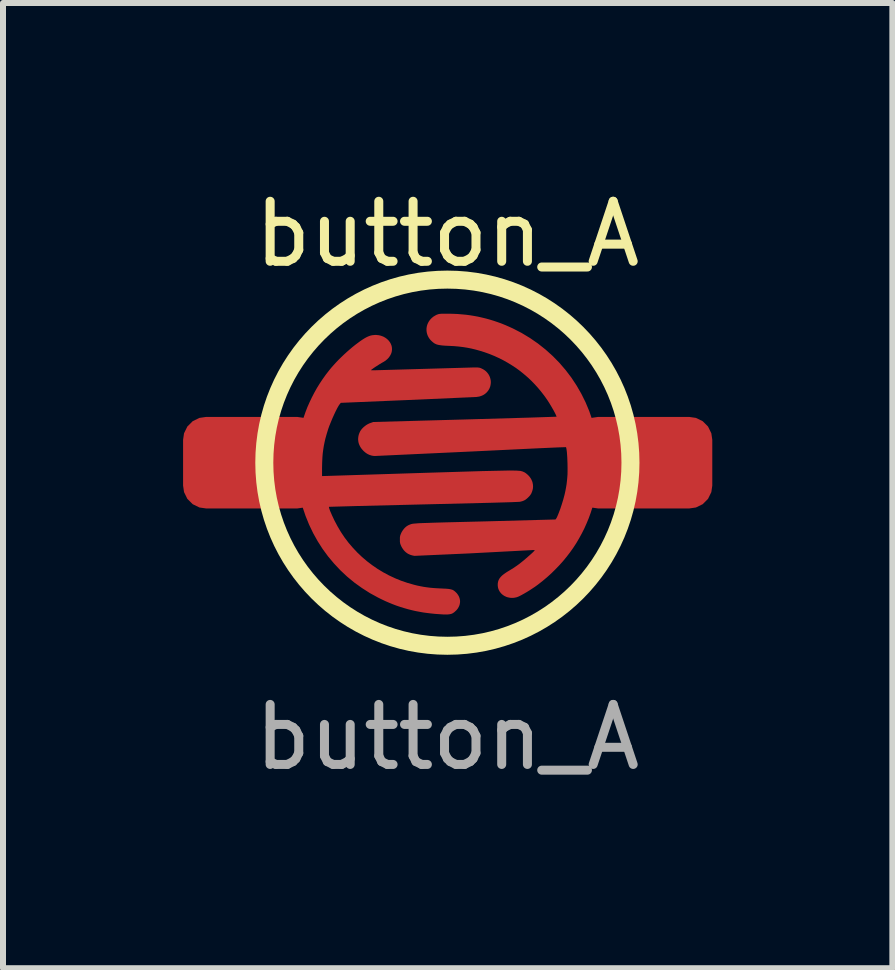
<source format=kicad_pcb>
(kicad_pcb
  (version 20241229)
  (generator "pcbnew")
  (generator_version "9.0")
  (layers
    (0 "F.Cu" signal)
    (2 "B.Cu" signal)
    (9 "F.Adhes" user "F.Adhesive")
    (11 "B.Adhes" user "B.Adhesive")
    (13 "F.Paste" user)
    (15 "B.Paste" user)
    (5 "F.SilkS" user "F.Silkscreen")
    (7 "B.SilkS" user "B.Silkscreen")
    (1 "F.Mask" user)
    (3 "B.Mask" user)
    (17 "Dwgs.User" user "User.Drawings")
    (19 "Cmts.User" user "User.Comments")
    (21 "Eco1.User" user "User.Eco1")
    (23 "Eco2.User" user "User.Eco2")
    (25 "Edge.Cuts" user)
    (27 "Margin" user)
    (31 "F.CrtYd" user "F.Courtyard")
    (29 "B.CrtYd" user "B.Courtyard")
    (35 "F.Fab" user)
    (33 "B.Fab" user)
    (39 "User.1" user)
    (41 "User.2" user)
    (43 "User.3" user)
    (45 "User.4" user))
  (footprint "button_A"
    (layer "F.Cu")
    (at 4.403 4.658)
    (property "Reference" "button_A" (at 0 -3.81 0) (unlocked yes) (layer "F.SilkS") (effects (font (size 1 1) (thickness 0.15))))
    (attr smd)
    (fp_poly (pts (xy -2.517 -0.05) (xy -2.515 -0.119) (xy -2.512 -0.18) (xy -2.508 -0.228) (xy -2.496 -0.32) (xy -2.481 -0.41) (xy -2.464 -0.499) (xy -2.443 -0.587) (xy -2.42 -0.674) (xy -2.393 -0.759) (xy -2.364 -0.843) (xy -2.332 -0.926) (xy -2.296 -1.007) (xy -2.258 -1.087) (xy -2.217 -1.166) (xy -2.174 -1.243) (xy -2.127 -1.319) (xy -2.077 -1.394) (xy -2.025 -1.467) (xy -1.969 -1.539) (xy -1.934 -1.582) (xy -1.895 -1.626) (xy -1.854 -1.671) (xy -1.811 -1.716) (xy -1.766 -1.76) (xy -1.72 -1.804) (xy -1.674 -1.846) (xy -1.627 -1.887) (xy -1.581 -1.926) (xy -1.535 -1.963) (xy -1.491 -1.996) (xy -1.449 -2.027) (xy -1.409 -2.054) (xy -1.372 -2.077) (xy -1.338 -2.095) (xy -1.308 -2.108) (xy -1.288 -2.115) (xy -1.269 -2.12) (xy -1.249 -2.124) (xy -1.228 -2.126) (xy -1.208 -2.128) (xy -1.187 -2.128) (xy -1.167 -2.126) (xy -1.147 -2.124) (xy -1.127 -2.12) (xy -1.107 -2.115) (xy -1.088 -2.108) (xy -1.069 -2.101) (xy -1.052 -2.092) (xy -1.035 -2.082) (xy -1.019 -2.071) (xy -1.004 -2.059) (xy -0.992 -2.048) (xy -0.981 -2.037) (xy -0.971 -2.025) (xy -0.962 -2.013) (xy -0.954 -2.001) (xy -0.947 -1.989) (xy -0.941 -1.976) (xy -0.936 -1.964) (xy -0.931 -1.951) (xy -0.928 -1.938) (xy -0.925 -1.924) (xy -0.924 -1.911) (xy -0.923 -1.898) (xy -0.923 -1.885) (xy -0.924 -1.872) (xy -0.926 -1.858) (xy -0.928 -1.845) (xy -0.932 -1.832) (xy -0.936 -1.819) (xy -0.942 -1.807) (xy -0.948 -1.794) (xy -0.955 -1.782) (xy -0.963 -1.77) (xy -0.971 -1.758) (xy -0.981 -1.746) (xy -0.991 -1.735) (xy -1.002 -1.724) (xy -1.014 -1.714) (xy -1.027 -1.704) (xy -1.04 -1.694) (xy -1.054 -1.685) (xy -1.069 -1.676) (xy -1.096 -1.661) (xy -1.128 -1.642) (xy -1.161 -1.62) (xy -1.195 -1.599) (xy -1.225 -1.579) (xy -1.25 -1.561) (xy -1.266 -1.549) (xy -1.271 -1.545) (xy -1.273 -1.542) (xy -1.272 -1.542) (xy -1.272 -1.542) (xy -1.272 -1.542) (xy -1.271 -1.541) (xy -1.269 -1.541) (xy -1.267 -1.541) (xy -1.264 -1.54) (xy -1.26 -1.54) (xy -1.256 -1.54) (xy -1.251 -1.54) (xy -1.24 -1.54) (xy -1.227 -1.54) (xy -1.213 -1.54) (xy -1.198 -1.54) (xy 0.422 -1.586) (xy 0.456 -1.586) (xy 0.483 -1.586) (xy 0.505 -1.586) (xy 0.513 -1.585) (xy 0.521 -1.584) (xy 0.529 -1.583) (xy 0.536 -1.582) (xy 0.542 -1.58) (xy 0.548 -1.578) (xy 0.555 -1.576) (xy 0.561 -1.573) (xy 0.576 -1.566) (xy 0.59 -1.559) (xy 0.604 -1.551) (xy 0.618 -1.542) (xy 0.63 -1.533) (xy 0.642 -1.523) (xy 0.653 -1.512) (xy 0.663 -1.501) (xy 0.672 -1.49) (xy 0.681 -1.478) (xy 0.689 -1.465) (xy 0.696 -1.453) (xy 0.702 -1.44) (xy 0.708 -1.426) (xy 0.712 -1.413) (xy 0.716 -1.399) (xy 0.719 -1.385) (xy 0.722 -1.371) (xy 0.723 -1.357) (xy 0.724 -1.342) (xy 0.723 -1.328) (xy 0.722 -1.314) (xy 0.72 -1.3) (xy 0.717 -1.285) (xy 0.714 -1.271) (xy 0.709 -1.258) (xy 0.704 -1.244) (xy 0.697 -1.23) (xy 0.69 -1.217) (xy 0.682 -1.204) (xy 0.673 -1.192) (xy 0.663 -1.18) (xy 0.652 -1.168) (xy 0.643 -1.16) (xy 0.634 -1.152) (xy 0.625 -1.145) (xy 0.615 -1.138) (xy 0.605 -1.132) (xy 0.595 -1.126) (xy 0.584 -1.121) (xy 0.573 -1.116) (xy 0.562 -1.112) (xy 0.55 -1.108) (xy 0.538 -1.104) (xy 0.525 -1.101) (xy 0.512 -1.099) (xy 0.499 -1.097) (xy 0.486 -1.095) (xy 0.472 -1.094) (xy -0.683 -1.043) (xy -1.776 -0.997) (xy -1.795 -0.973) (xy -1.803 -0.962) (xy -1.813 -0.947) (xy -1.824 -0.928) (xy -1.836 -0.906) (xy -1.862 -0.855) (xy -1.889 -0.797) (xy -1.917 -0.735) (xy -1.943 -0.672) (xy -1.967 -0.613) (xy -1.977 -0.585) (xy -1.986 -0.559) (xy -2.011 -0.478) (xy -2.033 -0.399) (xy -2.042 -0.36) (xy -2.05 -0.322) (xy -2.058 -0.283) (xy -2.064 -0.245) (xy -2.07 -0.206) (xy -2.075 -0.167) (xy -2.079 -0.128) (xy -2.082 -0.087) (xy -2.086 -0.005) (xy -2.088 0.082) (xy -2.088 0.223) (xy -1.956 0.219) (xy -0.341 0.168) (xy 0.577 0.14) (xy 1.04 0.13) (xy 1.154 0.132) (xy 1.219 0.137) (xy 1.254 0.147) (xy 1.283 0.16) (xy 1.287 0.162) (xy 1.291 0.165) (xy 1.295 0.167) (xy 1.299 0.17) (xy 1.304 0.173) (xy 1.309 0.177) (xy 1.314 0.181) (xy 1.319 0.185) (xy 1.324 0.189) (xy 1.329 0.193) (xy 1.334 0.198) (xy 1.339 0.202) (xy 1.344 0.207) (xy 1.348 0.211) (xy 1.353 0.216) (xy 1.357 0.22) (xy 1.368 0.233) (xy 1.378 0.246) (xy 1.387 0.26) (xy 1.396 0.274) (xy 1.403 0.289) (xy 1.409 0.303) (xy 1.415 0.318) (xy 1.419 0.333) (xy 1.422 0.349) (xy 1.425 0.364) (xy 1.426 0.38) (xy 1.427 0.395) (xy 1.426 0.411) (xy 1.425 0.426) (xy 1.422 0.442) (xy 1.418 0.457) (xy 1.418 0.457) (xy 1.415 0.468) (xy 1.412 0.477) (xy 1.409 0.486) (xy 1.405 0.495) (xy 1.402 0.504) (xy 1.398 0.512) (xy 1.394 0.52) (xy 1.389 0.527) (xy 1.384 0.535) (xy 1.379 0.542) (xy 1.373 0.549) (xy 1.367 0.557) (xy 1.36 0.564) (xy 1.353 0.571) (xy 1.345 0.579) (xy 1.337 0.587) (xy 1.329 0.594) (xy 1.322 0.6) (xy 1.314 0.606) (xy 1.307 0.612) (xy 1.3 0.617) (xy 1.292 0.621) (xy 1.284 0.626) (xy 1.277 0.63) (xy 1.268 0.633) (xy 1.26 0.637) (xy 1.251 0.64) (xy 1.242 0.643) (xy 1.233 0.645) (xy 1.222 0.648) (xy 1.212 0.65) (xy 1.2 0.652) (xy 1.06 0.658) (xy 0.711 0.668) (xy -0.405 0.695) (xy -1.51 0.722) (xy -1.972 0.735) (xy -1.973 0.736) (xy -1.973 0.738) (xy -1.973 0.74) (xy -1.973 0.742) (xy -1.972 0.749) (xy -1.97 0.757) (xy -1.967 0.766) (xy -1.963 0.778) (xy -1.959 0.79) (xy -1.953 0.805) (xy -1.947 0.82) (xy -1.939 0.837) (xy -1.923 0.875) (xy -1.903 0.917) (xy -1.882 0.962) (xy -1.83 1.06) (xy -1.774 1.155) (xy -1.713 1.246) (xy -1.647 1.333) (xy -1.576 1.416) (xy -1.502 1.495) (xy -1.423 1.57) (xy -1.34 1.641) (xy -1.253 1.707) (xy -1.163 1.769) (xy -1.069 1.826) (xy -0.972 1.878) (xy -0.872 1.925) (xy -0.769 1.967) (xy -0.663 2.003) (xy -0.554 2.034) (xy -0.502 2.047) (xy -0.449 2.058) (xy -0.396 2.068) (xy -0.342 2.076) (xy -0.287 2.083) (xy -0.23 2.088) (xy -0.172 2.092) (xy -0.111 2.095) (xy -0.049 2.098) (xy -0.024 2.099) (xy -0.001 2.101) (xy 0.02 2.103) (xy 0.038 2.106) (xy 0.055 2.109) (xy 0.069 2.113) (xy 0.082 2.117) (xy 0.094 2.122) (xy 0.105 2.129) (xy 0.115 2.136) (xy 0.125 2.144) (xy 0.135 2.153) (xy 0.145 2.163) (xy 0.156 2.174) (xy 0.163 2.183) (xy 0.169 2.191) (xy 0.175 2.2) (xy 0.181 2.209) (xy 0.186 2.218) (xy 0.191 2.227) (xy 0.195 2.236) (xy 0.198 2.245) (xy 0.202 2.254) (xy 0.204 2.264) (xy 0.207 2.273) (xy 0.208 2.283) (xy 0.21 2.292) (xy 0.211 2.301) (xy 0.211 2.311) (xy 0.211 2.32) (xy 0.21 2.33) (xy 0.209 2.339) (xy 0.207 2.349) (xy 0.205 2.358) (xy 0.203 2.368) (xy 0.2 2.377) (xy 0.196 2.386) (xy 0.192 2.395) (xy 0.188 2.404) (xy 0.183 2.413) (xy 0.178 2.422) (xy 0.172 2.431) (xy 0.166 2.439) (xy 0.159 2.448) (xy 0.152 2.456) (xy 0.144 2.464) (xy 0.132 2.475) (xy 0.121 2.485) (xy 0.115 2.49) (xy 0.11 2.494) (xy 0.104 2.498) (xy 0.099 2.502) (xy 0.093 2.505) (xy 0.088 2.509) (xy 0.082 2.511) (xy 0.076 2.514) (xy 0.07 2.517) (xy 0.063 2.519) (xy 0.056 2.521) (xy 0.049 2.522) (xy 0.042 2.524) (xy 0.034 2.525) (xy 0.026 2.526) (xy 0.018 2.527) (xy 0.009 2.528) (xy -0.001 2.528) (xy -0.021 2.529) (xy -0.044 2.528) (xy -0.069 2.528) (xy -0.098 2.526) (xy -0.129 2.524) (xy -0.2 2.519) (xy -0.269 2.512) (xy -0.336 2.504) (xy -0.403 2.495) (xy -0.469 2.483) (xy -0.533 2.471) (xy -0.597 2.456) (xy -0.66 2.44) (xy -0.722 2.422) (xy -0.784 2.403) (xy -0.846 2.382) (xy -0.907 2.359) (xy -0.968 2.334) (xy -1.029 2.308) (xy -1.09 2.279) (xy -1.151 2.249) (xy -1.29 2.173) (xy -1.423 2.088) (xy -1.55 1.997) (xy -1.67 1.898) (xy -1.783 1.792) (xy -1.888 1.68) (xy -1.987 1.562) (xy -2.078 1.438) (xy -2.161 1.308) (xy -2.236 1.174) (xy -2.303 1.034) (xy -2.362 0.889) (xy -2.412 0.741) (xy -2.453 0.588) (xy -2.485 0.432) (xy -2.508 0.272) (xy -2.512 0.224) (xy -2.515 0.164) (xy -2.517 0.095) (xy -2.517 0.022)) (stroke (width 0.0001) (type solid)) (fill yes) (layer "F.Cu"))
    (fp_poly (pts (xy -1.486 -0.409) (xy -1.485 -0.419) (xy -1.484 -0.43) (xy -1.482 -0.441) (xy -1.48 -0.452) (xy -1.477 -0.463) (xy -1.474 -0.473) (xy -1.47 -0.484) (xy -1.466 -0.495) (xy -1.461 -0.506) (xy -1.456 -0.516) (xy -1.451 -0.527) (xy -1.444 -0.537) (xy -1.436 -0.548) (xy -1.428 -0.559) (xy -1.419 -0.569) (xy -1.409 -0.579) (xy -1.399 -0.589) (xy -1.388 -0.599) (xy -1.376 -0.608) (xy -1.365 -0.617) (xy -1.353 -0.626) (xy -1.341 -0.633) (xy -1.328 -0.641) (xy -1.316 -0.647) (xy -1.304 -0.653) (xy -1.291 -0.658) (xy -1.236 -0.678) (xy 0.289 -0.72) (xy 1.367 -0.751) (xy 1.818 -0.766) (xy 1.818 -0.767) (xy 1.818 -0.769) (xy 1.816 -0.775) (xy 1.812 -0.785) (xy 1.807 -0.797) (xy 1.792 -0.828) (xy 1.772 -0.866) (xy 1.748 -0.908) (xy 1.723 -0.951) (xy 1.698 -0.992) (xy 1.674 -1.03) (xy 1.625 -1.101) (xy 1.573 -1.169) (xy 1.519 -1.235) (xy 1.462 -1.299) (xy 1.403 -1.36) (xy 1.342 -1.418) (xy 1.278 -1.473) (xy 1.213 -1.526) (xy 1.145 -1.576) (xy 1.075 -1.622) (xy 1.003 -1.666) (xy 0.93 -1.707) (xy 0.854 -1.745) (xy 0.777 -1.78) (xy 0.698 -1.812) (xy 0.617 -1.841) (xy 0.543 -1.864) (xy 0.472 -1.884) (xy 0.402 -1.901) (xy 0.332 -1.915) (xy 0.262 -1.926) (xy 0.189 -1.935) (xy 0.112 -1.942) (xy 0.031 -1.946) (xy -0.034 -1.949) (xy -0.062 -1.951) (xy -0.086 -1.953) (xy -0.109 -1.956) (xy -0.129 -1.959) (xy -0.147 -1.962) (xy -0.163 -1.966) (xy -0.178 -1.97) (xy -0.192 -1.976) (xy -0.204 -1.982) (xy -0.216 -1.988) (xy -0.228 -1.996) (xy -0.239 -2.005) (xy -0.251 -2.015) (xy -0.263 -2.026) (xy -0.273 -2.036) (xy -0.283 -2.046) (xy -0.292 -2.057) (xy -0.3 -2.068) (xy -0.308 -2.08) (xy -0.315 -2.091) (xy -0.321 -2.103) (xy -0.327 -2.115) (xy -0.332 -2.128) (xy -0.336 -2.14) (xy -0.34 -2.153) (xy -0.343 -2.165) (xy -0.345 -2.178) (xy -0.347 -2.191) (xy -0.348 -2.204) (xy -0.348 -2.217) (xy -0.348 -2.23) (xy -0.347 -2.243) (xy -0.345 -2.256) (xy -0.343 -2.268) (xy -0.34 -2.281) (xy -0.336 -2.294) (xy -0.332 -2.306) (xy -0.327 -2.318) (xy -0.321 -2.33) (xy -0.315 -2.342) (xy -0.308 -2.354) (xy -0.3 -2.365) (xy -0.292 -2.377) (xy -0.283 -2.387) (xy -0.273 -2.398) (xy -0.263 -2.408) (xy -0.259 -2.412) (xy -0.254 -2.416) (xy -0.249 -2.42) (xy -0.244 -2.424) (xy -0.238 -2.429) (xy -0.233 -2.433) (xy -0.227 -2.437) (xy -0.221 -2.44) (xy -0.215 -2.444) (xy -0.209 -2.448) (xy -0.204 -2.451) (xy -0.198 -2.454) (xy -0.192 -2.457) (xy -0.187 -2.46) (xy -0.182 -2.463) (xy -0.177 -2.465) (xy -0.169 -2.468) (xy -0.162 -2.47) (xy -0.155 -2.473) (xy -0.147 -2.475) (xy -0.14 -2.477) (xy -0.132 -2.478) (xy -0.124 -2.479) (xy -0.114 -2.48) (xy -0.103 -2.481) (xy -0.09 -2.481) (xy -0.076 -2.482) (xy -0.06 -2.482) (xy -0.041 -2.482) (xy -0.02 -2.482) (xy 0.031 -2.482) (xy 0.101 -2.48) (xy 0.171 -2.477) (xy 0.24 -2.471) (xy 0.308 -2.465) (xy 0.376 -2.456) (xy 0.443 -2.445) (xy 0.509 -2.433) (xy 0.575 -2.418) (xy 0.641 -2.402) (xy 0.706 -2.384) (xy 0.771 -2.364) (xy 0.836 -2.342) (xy 0.9 -2.319) (xy 0.964 -2.293) (xy 1.028 -2.265) (xy 1.092 -2.236) (xy 1.237 -2.161) (xy 1.376 -2.077) (xy 1.509 -1.985) (xy 1.635 -1.885) (xy 1.754 -1.778) (xy 1.865 -1.665) (xy 1.969 -1.544) (xy 2.065 -1.418) (xy 2.152 -1.286) (xy 2.231 -1.149) (xy 2.302 -1.006) (xy 2.363 -0.86) (xy 2.415 -0.709) (xy 2.457 -0.554) (xy 2.489 -0.397) (xy 2.511 -0.236) (xy 2.514 -0.197) (xy 2.517 -0.149) (xy 2.52 -0.096) (xy 2.522 -0.041) (xy 2.524 0.013) (xy 2.524 0.063) (xy 2.524 0.104) (xy 2.523 0.135) (xy 2.523 0.135) (xy 2.515 0.232) (xy 2.505 0.324) (xy 2.493 0.413) (xy 2.477 0.5) (xy 2.459 0.584) (xy 2.438 0.668) (xy 2.414 0.751) (xy 2.387 0.836) (xy 2.355 0.924) (xy 2.319 1.011) (xy 2.281 1.096) (xy 2.239 1.179) (xy 2.194 1.261) (xy 2.147 1.341) (xy 2.096 1.419) (xy 2.042 1.495) (xy 1.985 1.569) (xy 1.925 1.642) (xy 1.862 1.712) (xy 1.796 1.78) (xy 1.728 1.847) (xy 1.657 1.911) (xy 1.583 1.973) (xy 1.506 2.033) (xy 1.462 2.065) (xy 1.414 2.097) (xy 1.365 2.129) (xy 1.316 2.159) (xy 1.269 2.186) (xy 1.227 2.209) (xy 1.192 2.227) (xy 1.177 2.233) (xy 1.164 2.238) (xy 1.149 2.243) (xy 1.134 2.246) (xy 1.119 2.249) (xy 1.104 2.251) (xy 1.089 2.252) (xy 1.074 2.252) (xy 1.059 2.252) (xy 1.045 2.25) (xy 1.031 2.248) (xy 1.017 2.245) (xy 1.003 2.242) (xy 0.99 2.238) (xy 0.977 2.233) (xy 0.965 2.227) (xy 0.952 2.221) (xy 0.941 2.214) (xy 0.93 2.207) (xy 0.919 2.199) (xy 0.909 2.19) (xy 0.899 2.181) (xy 0.89 2.171) (xy 0.882 2.161) (xy 0.874 2.151) (xy 0.867 2.139) (xy 0.861 2.128) (xy 0.855 2.116) (xy 0.85 2.103) (xy 0.846 2.091) (xy 0.843 2.077) (xy 0.841 2.064) (xy 0.839 2.05) (xy 0.839 2.035) (xy 0.839 2.018) (xy 0.84 2.009) (xy 0.841 2.001) (xy 0.843 1.993) (xy 0.844 1.985) (xy 0.846 1.977) (xy 0.849 1.97) (xy 0.851 1.962) (xy 0.854 1.955) (xy 0.858 1.947) (xy 0.862 1.94) (xy 0.866 1.933) (xy 0.87 1.926) (xy 0.875 1.919) (xy 0.881 1.912) (xy 0.887 1.905) (xy 0.893 1.898) (xy 0.9 1.891) (xy 0.907 1.884) (xy 0.923 1.87) (xy 0.941 1.856) (xy 0.962 1.841) (xy 0.984 1.826) (xy 1.008 1.811) (xy 1.035 1.795) (xy 1.054 1.783) (xy 1.074 1.771) (xy 1.096 1.757) (xy 1.118 1.743) (xy 1.139 1.728) (xy 1.16 1.714) (xy 1.179 1.7) (xy 1.197 1.687) (xy 1.231 1.66) (xy 1.272 1.627) (xy 1.314 1.591) (xy 1.356 1.554) (xy 1.395 1.52) (xy 1.426 1.491) (xy 1.447 1.47) (xy 1.453 1.463) (xy 1.455 1.46) (xy 1.455 1.459) (xy 1.454 1.459) (xy 1.454 1.459) (xy 1.454 1.458) (xy 1.453 1.458) (xy 1.453 1.458) (xy 1.452 1.458) (xy 1.451 1.457) (xy 1.45 1.457) (xy 1.447 1.456) (xy 1.445 1.456) (xy 1.442 1.456) (xy 1.439 1.456) (xy 1.436 1.456) (xy 1.432 1.455) (xy 1.429 1.455) (xy 1.425 1.455) (xy 1.421 1.456) (xy 1.417 1.456) (xy 1.412 1.456) (xy 0.35 1.512) (xy -0.546 1.552) (xy -0.565 1.549) (xy -0.583 1.545) (xy -0.601 1.54) (xy -0.617 1.535) (xy -0.633 1.528) (xy -0.649 1.521) (xy -0.663 1.513) (xy -0.677 1.503) (xy -0.691 1.493) (xy -0.703 1.482) (xy -0.715 1.47) (xy -0.727 1.457) (xy -0.737 1.443) (xy -0.747 1.429) (xy -0.757 1.413) (xy -0.766 1.397) (xy -0.773 1.381) (xy -0.776 1.374) (xy -0.779 1.367) (xy -0.781 1.361) (xy -0.784 1.354) (xy -0.785 1.348) (xy -0.787 1.342) (xy -0.788 1.336) (xy -0.789 1.33) (xy -0.79 1.323) (xy -0.791 1.316) (xy -0.791 1.308) (xy -0.791 1.3) (xy -0.791 1.281) (xy -0.791 1.262) (xy -0.791 1.254) (xy -0.791 1.246) (xy -0.79 1.239) (xy -0.789 1.232) (xy -0.788 1.226) (xy -0.787 1.22) (xy -0.785 1.214) (xy -0.784 1.208) (xy -0.781 1.201) (xy -0.779 1.195) (xy -0.776 1.188) (xy -0.773 1.181) (xy -0.766 1.165) (xy -0.759 1.152) (xy -0.751 1.139) (xy -0.743 1.127) (xy -0.735 1.116) (xy -0.727 1.105) (xy -0.717 1.094) (xy -0.708 1.084) (xy -0.698 1.075) (xy -0.688 1.066) (xy -0.677 1.058) (xy -0.666 1.051) (xy -0.654 1.044) (xy -0.642 1.038) (xy -0.63 1.033) (xy -0.617 1.028) (xy -0.604 1.023) (xy -0.594 1.021) (xy -0.582 1.018) (xy -0.567 1.016) (xy -0.547 1.014) (xy -0.52 1.012) (xy -0.485 1.009) (xy -0.441 1.007) (xy -0.386 1.005) (xy -0.319 1.003) (xy -0.238 1) (xy -0.029 0.994) (xy 0.253 0.987) (xy 0.62 0.978) (xy 1.799 0.946) (xy 1.802 0.944) (xy 1.806 0.941) (xy 1.813 0.93) (xy 1.823 0.913) (xy 1.833 0.891) (xy 1.844 0.865) (xy 1.856 0.835) (xy 1.882 0.766) (xy 1.907 0.69) (xy 1.931 0.612) (xy 1.941 0.574) (xy 1.951 0.537) (xy 1.959 0.502) (xy 1.966 0.47) (xy 1.977 0.411) (xy 1.986 0.356) (xy 1.992 0.303) (xy 1.997 0.251) (xy 2.001 0.197) (xy 2.002 0.141) (xy 2.002 0.081) (xy 2.001 0.015) (xy 1.999 -0.038) (xy 1.997 -0.088) (xy 1.994 -0.133) (xy 1.991 -0.173) (xy 1.987 -0.206) (xy 1.983 -0.232) (xy 1.979 -0.25) (xy 1.977 -0.256) (xy 1.975 -0.259) (xy 1.85 -0.255) (xy 1.514 -0.24) (xy 0.412 -0.187) (xy -1.2 -0.112) (xy -1.213 -0.112) (xy -1.227 -0.113) (xy -1.24 -0.114) (xy -1.252 -0.117) (xy -1.265 -0.119) (xy -1.277 -0.123) (xy -1.289 -0.127) (xy -1.301 -0.131) (xy -1.313 -0.137) (xy -1.325 -0.142) (xy -1.336 -0.149) (xy -1.348 -0.156) (xy -1.359 -0.164) (xy -1.37 -0.172) (xy -1.381 -0.182) (xy -1.392 -0.191) (xy -1.401 -0.2) (xy -1.409 -0.209) (xy -1.417 -0.218) (xy -1.425 -0.227) (xy -1.432 -0.236) (xy -1.439 -0.245) (xy -1.445 -0.255) (xy -1.451 -0.264) (xy -1.456 -0.274) (xy -1.461 -0.284) (xy -1.466 -0.294) (xy -1.47 -0.304) (xy -1.474 -0.314) (xy -1.477 -0.324) (xy -1.48 -0.335) (xy -1.482 -0.345) (xy -1.484 -0.355) (xy -1.485 -0.366) (xy -1.486 -0.377) (xy -1.487 -0.387) (xy -1.487 -0.398)) (stroke (width 0.0001) (type solid)) (fill yes) (layer "F.Cu"))
    (fp_circle (center 0 0) (end 2.736 0) (stroke (width 0.12) (type solid)) (fill yes) (layer "F.Mask"))
    (fp_circle (center 0 0) (end 3.05 0) (stroke (width 0.3) (type solid)) (fill no) (layer "F.SilkS"))
    (fp_text user "${REFERENCE}" (at 0 4.572 0) (unlocked yes) (layer "F.Fab") (effects (font (size 1 1) (thickness 0.15))))
    (pad "1" smd roundrect (at 3.27 0) (size 2.286 1.524) (layers "F.Cu") (roundrect_rratio 0.25))
    (pad "2" smd roundrect (at -3.26 0) (size 2.286 1.524) (layers "F.Cu") (roundrect_rratio 0.25)))
  (gr_rect
    (start -3 -3)
    (end 11.816 13.079)
    (stroke (width 0.1) (type default))
    (fill no)
    (layer "Edge.Cuts")))
</source>
